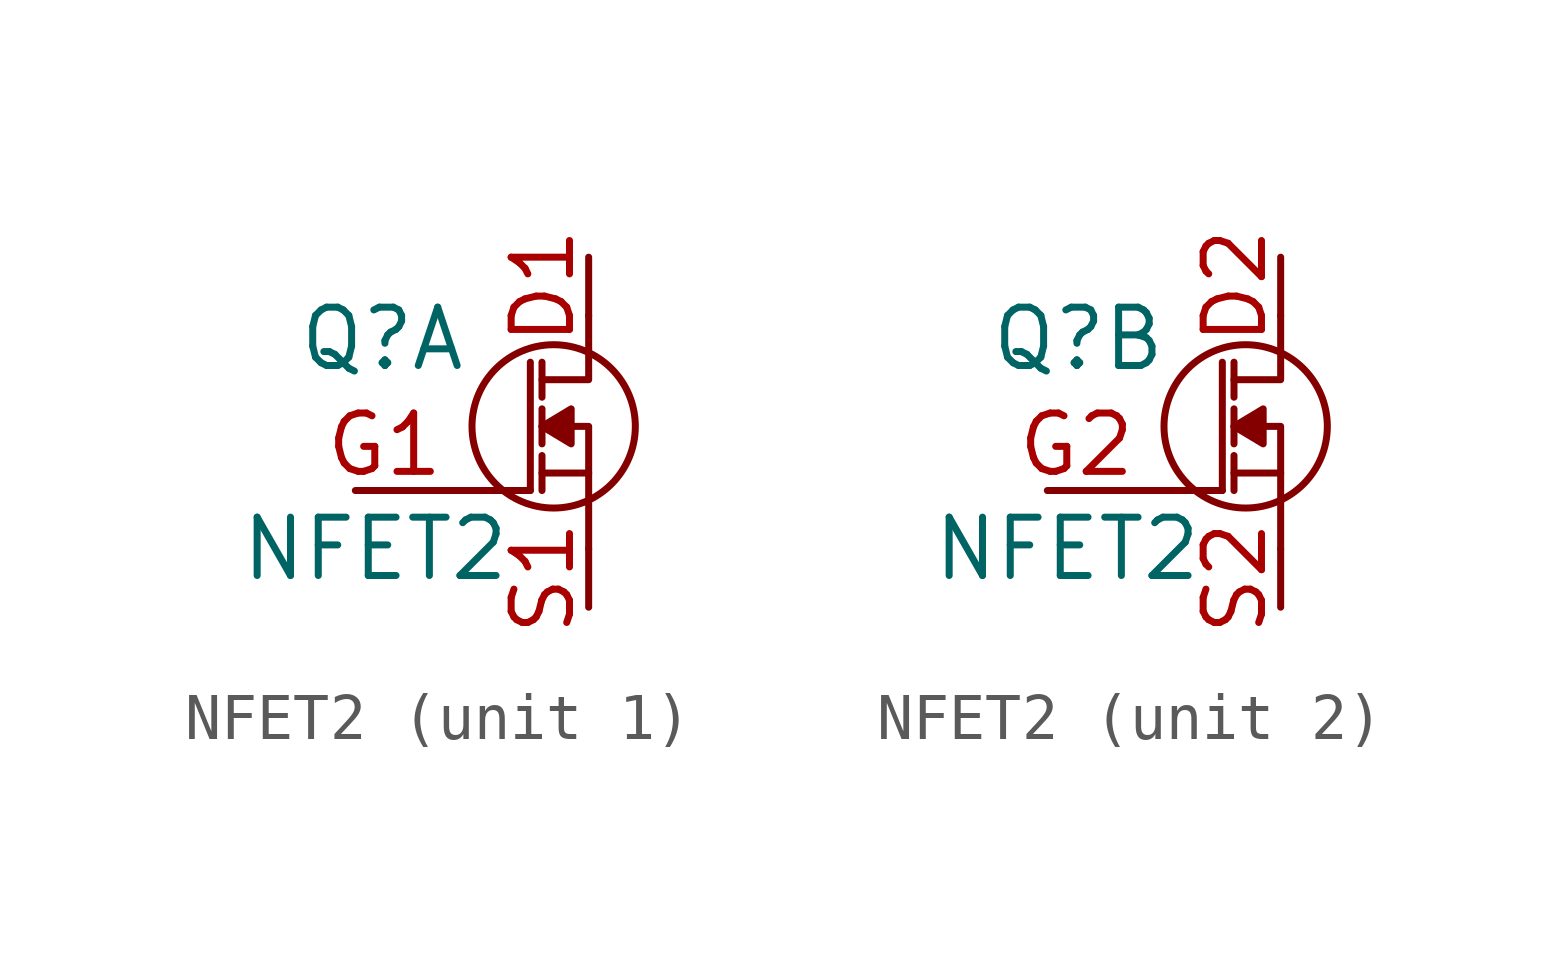
<source format=kicad_sym>
(kicad_symbol_lib
  (version 20211014)
  (generator kicad_symbol_editor)
  (symbol "NFET2"
    (pin_names
      (offset 0.025) hide)
    (property "Reference" "Q"
      (at -6.35 0.762 0)
      (effects (font (size 1.27 1.27)) (justify left)))
    (property "Value" "NFET2"
      (at -7.62 -3.81 0)
      (effects (font (size 1.27 1.27)) (justify left)))
    (symbol "NFET2_0_1"
      (circle (center -0.762 -1.143) (radius 1.778) (stroke (width 0) (type default) (color 0 0 0 0)) (fill (type none)))
      (polyline (pts (xy -3.81 -2.54) (xy -1.27 -2.54)) (stroke (width 0) (type default) (color 0 0 0 0)) (fill (type none)))
      (polyline (pts (xy -1.27 -2.54) (xy -1.27 0.254)) (stroke (width 0) (type default) (color 0 0 0 0)) (fill (type none)))
      (polyline (pts (xy -1.016 -2.159) (xy 0 -2.159)) (stroke (width 0) (type default) (color 0 0 0 0)) (fill (type none)))
      (polyline (pts (xy -1.016 -1.778) (xy -1.016 -2.54)) (stroke (width 0) (type default) (color 0 0 0 0)) (fill (type none)))
      (polyline (pts (xy -1.016 -0.762) (xy -1.016 -1.524)) (stroke (width 0) (type default) (color 0 0 0 0)) (fill (type none)))
      (polyline (pts (xy -1.016 0.254) (xy -1.016 -0.508)) (stroke (width 0) (type default) (color 0 0 0 0)) (fill (type none)))
      (polyline (pts (xy -1.016 -1.143) (xy 0 -1.143) (xy 0 -3.81)) (stroke (width 0) (type default) (color 0 0 0 0)) (fill (type none)))
      (polyline (pts (xy -1.016 -0.127) (xy 0 -0.127) (xy 0 1.27)) (stroke (width 0) (type default) (color 0 0 0 0)) (fill (type none)))
      (polyline (pts (xy -1.016 -1.143) (xy -0.381 -0.762) (xy -0.381 -1.524) (xy -1.016 -1.143)) (stroke (width 0) (type default) (color 0 0 0 0)) (fill (type outline))))
    (symbol "NFET2_1_1"
      (pin passive line (at 0 2.54 270) (length 1.27) (name "D" (effects (font (size 1.27 1.27)))) (number "D1" (effects (font (size 1.27 1.27)))))
      (pin passive line (at -5.08 -2.54 0) (length 1.27) (name "G" (effects (font (size 1.27 1.27)))) (number "G1" (effects (font (size 1.27 1.27)))))
      (pin passive line (at 0 -5.08 90) (length 1.27) (name "S" (effects (font (size 1.27 1.27)))) (number "S1" (effects (font (size 1.27 1.27))))))
    (symbol "NFET2_2_1"
      (pin passive line (at 0 2.54 270) (length 1.27) (name "D" (effects (font (size 1.27 1.27)))) (number "D2" (effects (font (size 1.27 1.27)))))
      (pin passive line (at -5.08 -2.54 0) (length 1.27) (name "G" (effects (font (size 1.27 1.27)))) (number "G2" (effects (font (size 1.27 1.27)))))
      (pin passive line (at 0 -5.08 90) (length 1.27) (name "S" (effects (font (size 1.27 1.27)))) (number "S2" (effects (font (size 1.27 1.27))))))))
</source>
